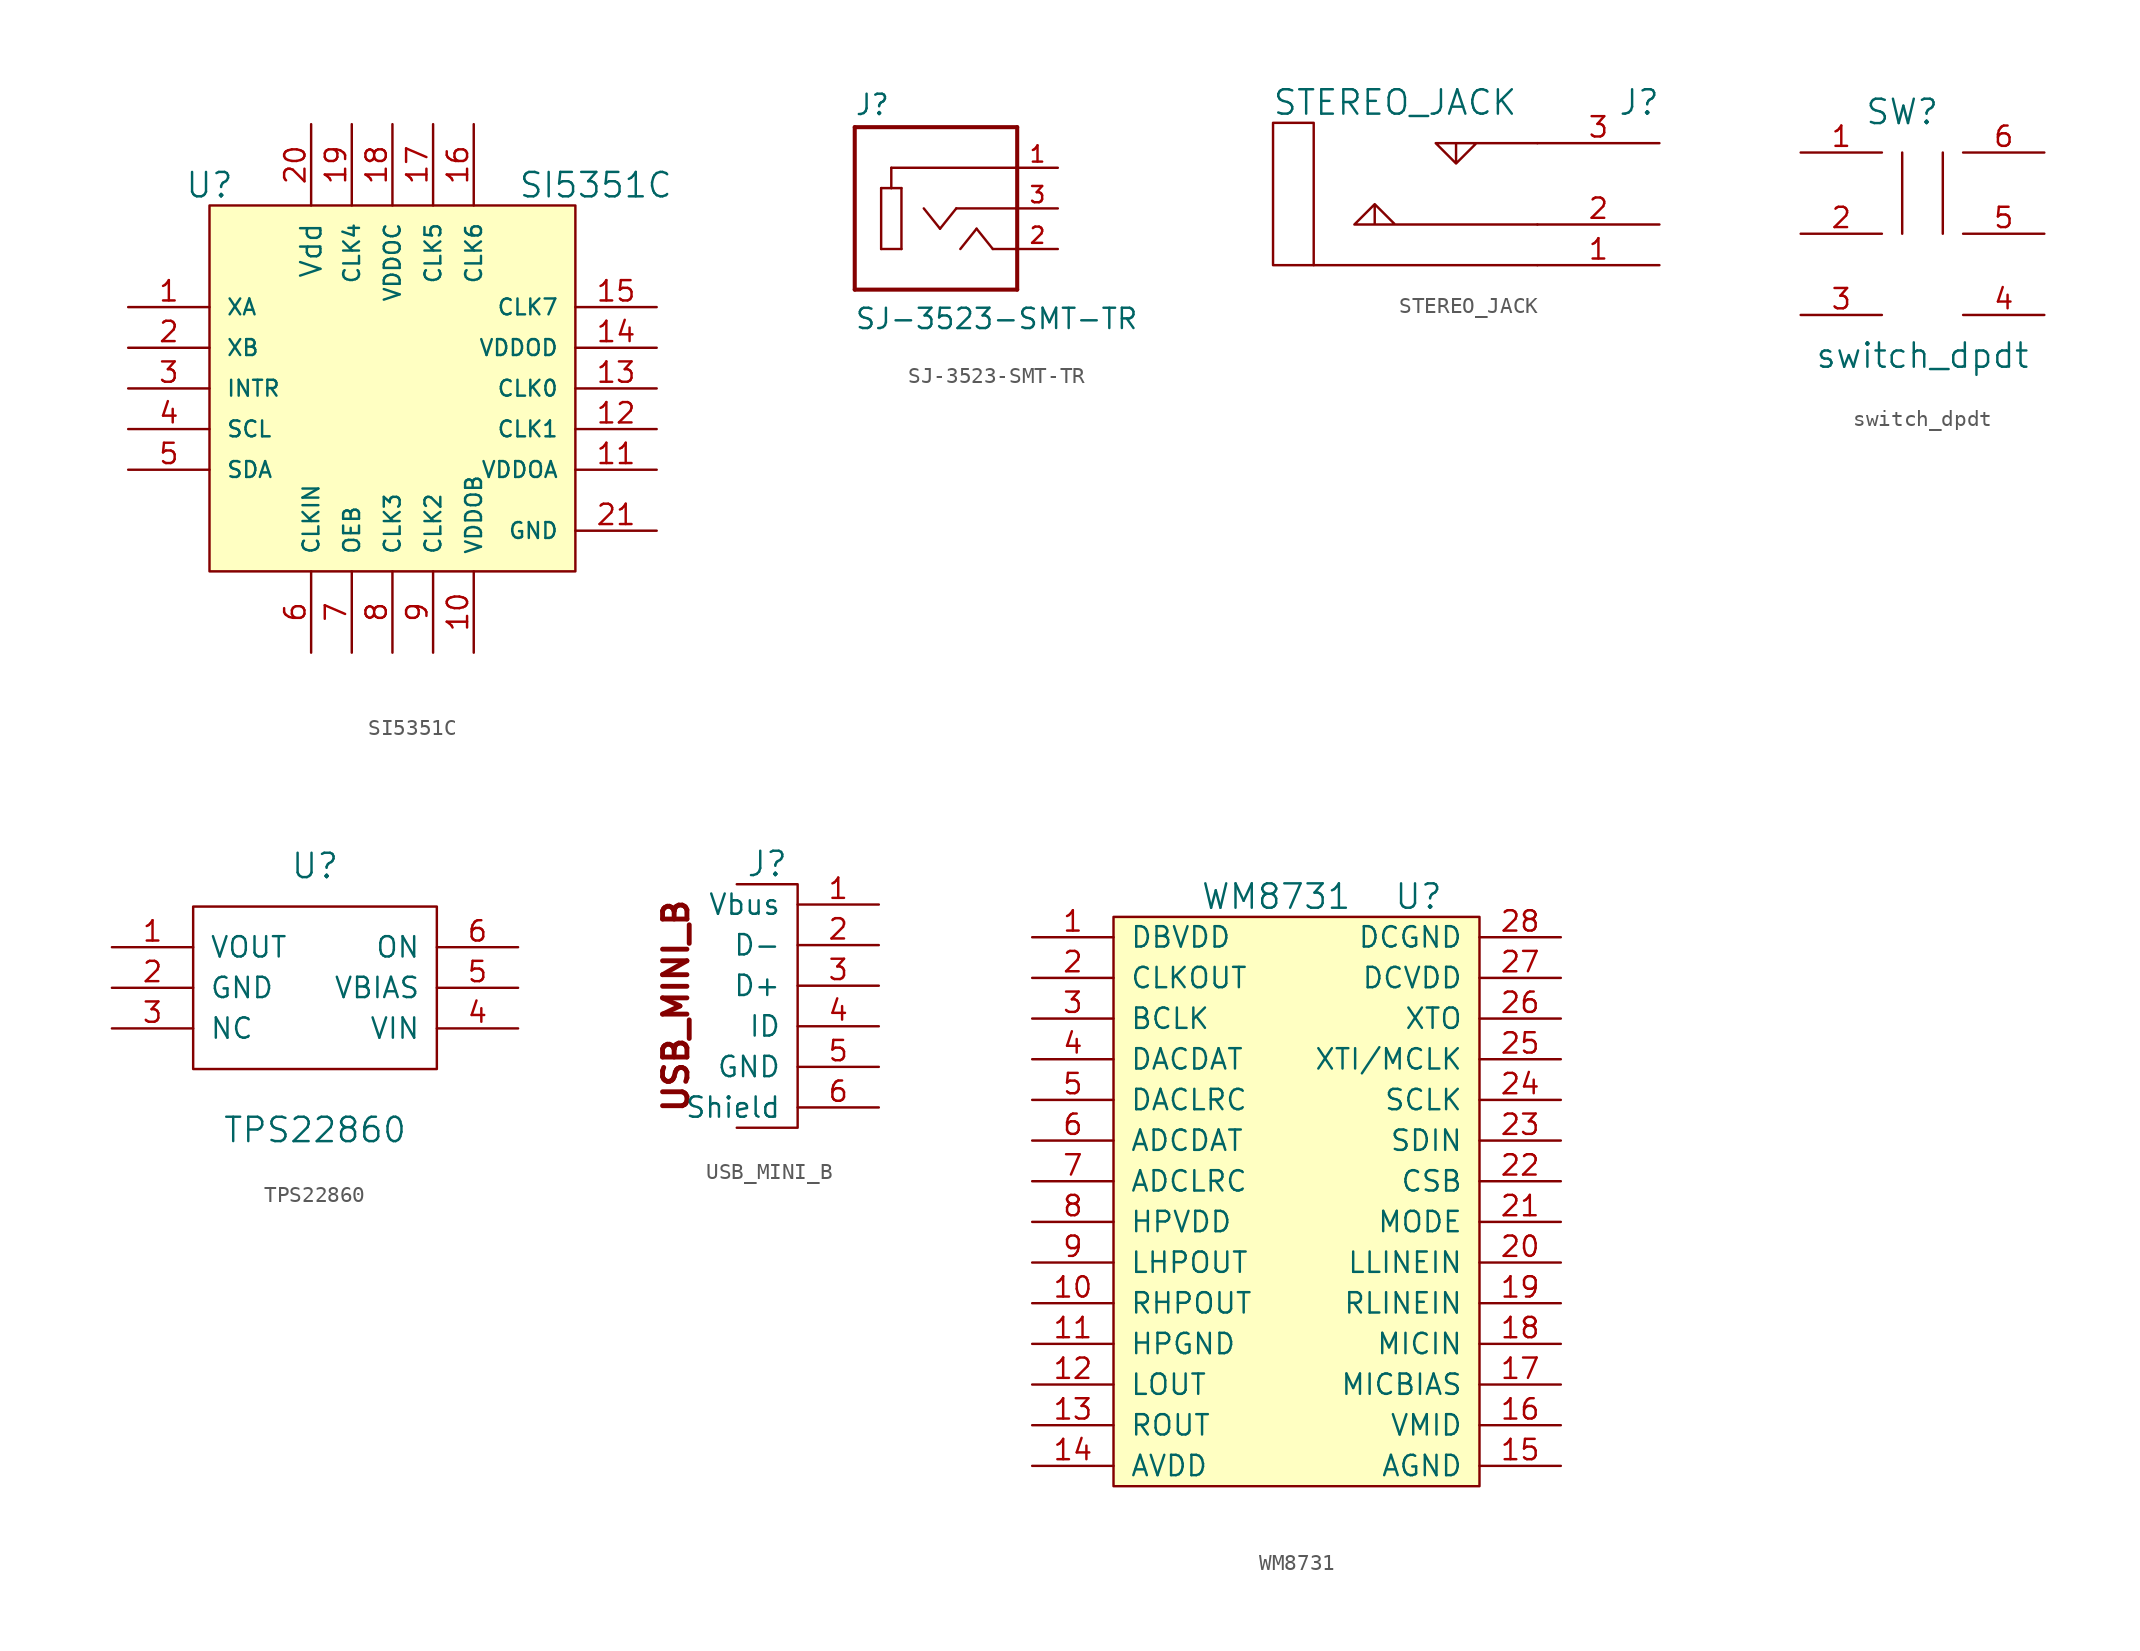
<source format=kicad_sym>
(kicad_symbol_lib
  (version 20211014)
  (generator kicad_symbol_editor)
  (symbol "SI5351C"
    (pin_names
      (offset 1.016))
    (property "Reference" "U"
      (at -11.43 12.7 0)
      (effects (font (size 1.524 1.524))))
    (property "Value" "SI5351C"
      (at 12.7 12.7 0)
      (effects (font (size 1.524 1.524))))
    (property "Footprint" ""
      (at 19.05 0 0)
      (effects (font (size 1.524 1.524))))
    (property "Datasheet" ""
      (at 19.05 0 0)
      (effects (font (size 1.524 1.524))))
    (symbol "SI5351C_0_1"
      (rectangle (start -11.43 11.43) (end 11.43 -11.43) (stroke (width 0) (type default) (color 0 0 0 0)) (fill (type background))))
    (symbol "SI5351C_1_1"
      (pin input line (at -16.51 5.08 0) (length 5.08) (name "XA" (effects (font (size 0.991 0.991)))) (number "1" (effects (font (size 1.27 1.27)))))
      (pin power_in line (at 5.08 -16.51 90) (length 5.08) (name "VDDOB" (effects (font (size 0.991 0.991)))) (number "10" (effects (font (size 1.27 1.27)))))
      (pin power_in line (at 16.51 -5.08 180) (length 5.08) (name "VDDOA" (effects (font (size 0.991 0.991)))) (number "11" (effects (font (size 1.27 1.27)))))
      (pin output line (at 16.51 -2.54 180) (length 5.08) (name "CLK1" (effects (font (size 0.991 0.991)))) (number "12" (effects (font (size 1.27 1.27)))))
      (pin output line (at 16.51 0 180) (length 5.08) (name "CLK0" (effects (font (size 0.991 0.991)))) (number "13" (effects (font (size 1.27 1.27)))))
      (pin power_in line (at 16.51 2.54 180) (length 5.08) (name "VDDOD" (effects (font (size 0.991 0.991)))) (number "14" (effects (font (size 1.27 1.27)))))
      (pin output line (at 16.51 5.08 180) (length 5.08) (name "CLK7" (effects (font (size 0.991 0.991)))) (number "15" (effects (font (size 1.27 1.27)))))
      (pin output line (at 5.08 16.51 270) (length 5.08) (name "CLK6" (effects (font (size 0.991 0.991)))) (number "16" (effects (font (size 1.27 1.27)))))
      (pin output line (at 2.54 16.51 270) (length 5.08) (name "CLK5" (effects (font (size 0.991 0.991)))) (number "17" (effects (font (size 1.27 1.27)))))
      (pin power_in line (at 0 16.51 270) (length 5.08) (name "VDDOC" (effects (font (size 0.991 0.991)))) (number "18" (effects (font (size 1.27 1.27)))))
      (pin output line (at -2.54 16.51 270) (length 5.08) (name "CLK4" (effects (font (size 0.991 0.991)))) (number "19" (effects (font (size 1.27 1.27)))))
      (pin input line (at -16.51 2.54 0) (length 5.08) (name "XB" (effects (font (size 0.991 0.991)))) (number "2" (effects (font (size 1.27 1.27)))))
      (pin power_in line (at -5.08 16.51 270) (length 5.08) (name "Vdd" (effects (font (size 1.27 1.27)))) (number "20" (effects (font (size 1.27 1.27)))))
      (pin power_in line (at 16.51 -8.89 180) (length 5.08) (name "GND" (effects (font (size 0.991 0.991)))) (number "21" (effects (font (size 1.27 1.27)))))
      (pin output line (at -16.51 0 0) (length 5.08) (name "INTR" (effects (font (size 0.991 0.991)))) (number "3" (effects (font (size 1.27 1.27)))))
      (pin bidirectional line (at -16.51 -2.54 0) (length 5.08) (name "SCL" (effects (font (size 0.991 0.991)))) (number "4" (effects (font (size 1.27 1.27)))))
      (pin bidirectional line (at -16.51 -5.08 0) (length 5.08) (name "SDA" (effects (font (size 0.991 0.991)))) (number "5" (effects (font (size 1.27 1.27)))))
      (pin input line (at -5.08 -16.51 90) (length 5.08) (name "CLKIN" (effects (font (size 0.991 0.991)))) (number "6" (effects (font (size 1.27 1.27)))))
      (pin input line (at -2.54 -16.51 90) (length 5.08) (name "OEB" (effects (font (size 0.991 0.991)))) (number "7" (effects (font (size 1.27 1.27)))))
      (pin output line (at 0 -16.51 90) (length 5.08) (name "CLK3" (effects (font (size 0.991 0.991)))) (number "8" (effects (font (size 1.27 1.27)))))
      (pin output line (at 2.54 -16.51 90) (length 5.08) (name "CLK2" (effects (font (size 0.991 0.991)))) (number "9" (effects (font (size 1.27 1.27)))))))
  (symbol "SJ-3523-SMT-TR"
    (pin_names
      (offset 1.016) hide)
    (property "Reference" "J"
      (at -5.105 5.74 0)
      (effects (font (size 1.27 1.27)) (justify left bottom)))
    (property "Value" "SJ-3523-SMT-TR"
      (at -5.105 -7.645 0)
      (effects (font (size 1.27 1.27)) (justify left bottom)))
    (property "ki_locked" ""
      (at 0 0 0)
      (effects (font (size 1.27 1.27))))
    (symbol "SJ-3523-SMT-TR_0_0"
      (polyline (pts (xy -5.08 -5.08) (xy 5.08 -5.08)) (stroke (width 0.254) (type default) (color 0 0 0 0)) (fill (type none)))
      (polyline (pts (xy -5.08 5.08) (xy -5.08 -5.08)) (stroke (width 0.254) (type default) (color 0 0 0 0)) (fill (type none)))
      (polyline (pts (xy -3.429 -2.54) (xy -2.159 -2.54)) (stroke (width 0.152) (type default) (color 0 0 0 0)) (fill (type none)))
      (polyline (pts (xy -3.429 1.27) (xy -3.429 -2.54)) (stroke (width 0.152) (type default) (color 0 0 0 0)) (fill (type none)))
      (polyline (pts (xy -2.794 1.27) (xy -3.429 1.27)) (stroke (width 0.152) (type default) (color 0 0 0 0)) (fill (type none)))
      (polyline (pts (xy -2.794 1.27) (xy -2.794 2.54)) (stroke (width 0.152) (type default) (color 0 0 0 0)) (fill (type none)))
      (polyline (pts (xy -2.794 2.54) (xy 5.08 2.54)) (stroke (width 0.152) (type default) (color 0 0 0 0)) (fill (type none)))
      (polyline (pts (xy -2.159 -2.54) (xy -2.159 1.27)) (stroke (width 0.152) (type default) (color 0 0 0 0)) (fill (type none)))
      (polyline (pts (xy -2.159 1.27) (xy -2.794 1.27)) (stroke (width 0.152) (type default) (color 0 0 0 0)) (fill (type none)))
      (polyline (pts (xy 0.254 -1.27) (xy -0.762 0)) (stroke (width 0.152) (type default) (color 0 0 0 0)) (fill (type none)))
      (polyline (pts (xy 1.27 0) (xy 0.254 -1.27)) (stroke (width 0.152) (type default) (color 0 0 0 0)) (fill (type none)))
      (polyline (pts (xy 1.524 -2.54) (xy 2.54 -1.27)) (stroke (width 0.152) (type default) (color 0 0 0 0)) (fill (type none)))
      (polyline (pts (xy 2.54 -1.27) (xy 3.556 -2.54)) (stroke (width 0.152) (type default) (color 0 0 0 0)) (fill (type none)))
      (polyline (pts (xy 5.08 -5.08) (xy 5.08 -2.54)) (stroke (width 0.254) (type default) (color 0 0 0 0)) (fill (type none)))
      (polyline (pts (xy 5.08 -2.54) (xy 3.556 -2.54)) (stroke (width 0.152) (type default) (color 0 0 0 0)) (fill (type none)))
      (polyline (pts (xy 5.08 -2.54) (xy 5.08 0)) (stroke (width 0.254) (type default) (color 0 0 0 0)) (fill (type none)))
      (polyline (pts (xy 5.08 0) (xy 1.27 0)) (stroke (width 0.152) (type default) (color 0 0 0 0)) (fill (type none)))
      (polyline (pts (xy 5.08 0) (xy 5.08 2.54)) (stroke (width 0.254) (type default) (color 0 0 0 0)) (fill (type none)))
      (polyline (pts (xy 5.08 2.54) (xy 5.08 5.08)) (stroke (width 0.254) (type default) (color 0 0 0 0)) (fill (type none)))
      (polyline (pts (xy 5.08 5.08) (xy -5.08 5.08)) (stroke (width 0.254) (type default) (color 0 0 0 0)) (fill (type none)))
      (pin passive line (at 7.62 2.54 180) (length 2.54) (name "~" (effects (font (size 1.016 1.016)))) (number "1" (effects (font (size 1.016 1.016)))))
      (pin passive line (at 7.62 -2.54 180) (length 2.54) (name "~" (effects (font (size 1.016 1.016)))) (number "2" (effects (font (size 1.016 1.016)))))
      (pin passive line (at 7.62 0 180) (length 2.54) (name "~" (effects (font (size 1.016 1.016)))) (number "3" (effects (font (size 1.016 1.016)))))))
  (symbol "STEREO_JACK"
    (pin_names
      (offset 1.016))
    (property "Reference" "J"
      (at 6.35 5.08 0)
      (effects (font (size 1.524 1.524))))
    (property "Value" "STEREO_JACK"
      (at -8.89 5.08 0)
      (effects (font (size 1.524 1.524))))
    (symbol "STEREO_JACK_0_1"
      (rectangle (start -16.51 3.81) (end -13.97 -5.08) (stroke (width 0) (type default) (color 0 0 0 0)) (fill (type none)))
      (polyline (pts (xy 0 -5.08) (xy -13.97 -5.08) (xy -13.97 -5.08)) (stroke (width 0) (type default) (color 0 0 0 0)) (fill (type none)))
      (polyline (pts (xy 0 -2.54) (xy -10.16 -2.54) (xy -10.16 -1.27) (xy -10.16 -1.27) (xy -8.89 -2.54) (xy -11.43 -2.54) (xy -10.16 -1.27) (xy -10.16 -1.27)) (stroke (width 0) (type default) (color 0 0 0 0)) (fill (type none)))
      (polyline (pts (xy 0 2.54) (xy -5.08 2.54) (xy -5.08 1.27) (xy -6.35 2.54) (xy -5.08 2.54) (xy -3.81 2.54) (xy -5.08 1.27) (xy -5.08 1.27)) (stroke (width 0) (type default) (color 0 0 0 0)) (fill (type none))))
    (symbol "STEREO_JACK_1_1"
      (pin passive line (at 7.62 -5.08 180) (length 7.62) (name "~" (effects (font (size 1.27 1.27)))) (number "1" (effects (font (size 1.27 1.27)))))
      (pin passive line (at 7.62 -2.54 180) (length 7.62) (name "~" (effects (font (size 1.27 1.27)))) (number "2" (effects (font (size 1.27 1.27)))))
      (pin passive line (at 7.62 2.54 180) (length 7.62) (name "~" (effects (font (size 1.27 1.27)))) (number "3" (effects (font (size 1.27 1.27)))))))
  (symbol "switch_dpdt"
    (pin_names
      (offset 1.016))
    (property "Reference" "SW"
      (at -1.27 7.62 0)
      (effects (font (size 1.524 1.524))))
    (property "Value" "switch_dpdt"
      (at 0 -7.62 0)
      (effects (font (size 1.524 1.524))))
    (symbol "switch_dpdt_0_1"
      (polyline (pts (xy -1.27 5.08) (xy -1.27 0)) (stroke (width 0) (type default) (color 0 0 0 0)) (fill (type none)))
      (polyline (pts (xy 1.27 5.08) (xy 1.27 0)) (stroke (width 0) (type default) (color 0 0 0 0)) (fill (type none))))
    (symbol "switch_dpdt_1_1"
      (pin input line (at -7.62 5.08 0) (length 5.08) (name "~" (effects (font (size 1.27 1.27)))) (number "1" (effects (font (size 1.27 1.27)))))
      (pin input line (at -7.62 0 0) (length 5.08) (name "~" (effects (font (size 1.27 1.27)))) (number "2" (effects (font (size 1.27 1.27)))))
      (pin input line (at -7.62 -5.08 0) (length 5.08) (name "~" (effects (font (size 1.27 1.27)))) (number "3" (effects (font (size 1.27 1.27)))))
      (pin input line (at 7.62 -5.08 180) (length 5.08) (name "~" (effects (font (size 1.27 1.27)))) (number "4" (effects (font (size 1.27 1.27)))))
      (pin input line (at 7.62 0 180) (length 5.08) (name "~" (effects (font (size 1.27 1.27)))) (number "5" (effects (font (size 1.27 1.27)))))
      (pin input line (at 7.62 5.08 180) (length 5.08) (name "~" (effects (font (size 1.27 1.27)))) (number "6" (effects (font (size 1.27 1.27)))))))
  (symbol "TPS22860"
    (pin_names
      (offset 1.016))
    (property "Reference" "U"
      (at 0 7.62 0)
      (effects (font (size 1.524 1.524))))
    (property "Value" "TPS22860"
      (at 0 -8.89 0)
      (effects (font (size 1.524 1.524))))
    (symbol "TPS22860_0_1"
      (rectangle (start -7.62 5.08) (end 7.62 -5.08) (stroke (width 0) (type default) (color 0 0 0 0)) (fill (type none))))
    (symbol "TPS22860_1_1"
      (pin input line (at -12.7 2.54 0) (length 5.08) (name "VOUT" (effects (font (size 1.27 1.27)))) (number "1" (effects (font (size 1.27 1.27)))))
      (pin input line (at -12.7 0 0) (length 5.08) (name "GND" (effects (font (size 1.27 1.27)))) (number "2" (effects (font (size 1.27 1.27)))))
      (pin input line (at -12.7 -2.54 0) (length 5.08) (name "NC" (effects (font (size 1.27 1.27)))) (number "3" (effects (font (size 1.27 1.27)))))
      (pin input line (at 12.7 -2.54 180) (length 5.08) (name "VIN" (effects (font (size 1.27 1.27)))) (number "4" (effects (font (size 1.27 1.27)))))
      (pin input line (at 12.7 0 180) (length 5.08) (name "VBIAS" (effects (font (size 1.27 1.27)))) (number "5" (effects (font (size 1.27 1.27)))))
      (pin input line (at 12.7 2.54 180) (length 5.08) (name "ON" (effects (font (size 1.27 1.27)))) (number "6" (effects (font (size 1.27 1.27)))))))
  (symbol "USB_MINI_B"
    (pin_names
      (offset 1.016))
    (property "Reference" "J"
      (at -1.905 6.35 0)
      (effects (font (size 1.524 1.524))))
    (property "Footprint" ""
      (at 0 0 0)
      (effects (font (size 1.524 1.524))))
    (property "Datasheet" ""
      (at 0 0 0)
      (effects (font (size 1.524 1.524))))
    (symbol "USB_MINI_B_0_0"
      (polyline (pts (xy -3.81 5.08) (xy 0 5.08) (xy 0 -5.08) (xy 0 -10.16) (xy -3.81 -10.16)) (stroke (width 0) (type default) (color 0 0 0 0)) (fill (type none)))
      (text "USB_MINI_B" (at -7.62 -2.54 900) (effects (font (size 1.524 1.524) bold))))
    (symbol "USB_MINI_B_1_1"
      (pin input line (at 5.08 3.81 180) (length 5.08) (name "Vbus" (effects (font (size 1.27 1.27)))) (number "1" (effects (font (size 1.27 1.27)))))
      (pin input line (at 5.08 1.27 180) (length 5.08) (name "D-" (effects (font (size 1.27 1.27)))) (number "2" (effects (font (size 1.27 1.27)))))
      (pin input line (at 5.08 -1.27 180) (length 5.08) (name "D+" (effects (font (size 1.27 1.27)))) (number "3" (effects (font (size 1.27 1.27)))))
      (pin input line (at 5.08 -3.81 180) (length 5.08) (name "ID" (effects (font (size 1.27 1.27)))) (number "4" (effects (font (size 1.27 1.27)))))
      (pin input line (at 5.08 -6.35 180) (length 5.08) (name "GND" (effects (font (size 1.27 1.27)))) (number "5" (effects (font (size 1.27 1.27)))))
      (pin input line (at 5.08 -8.89 180) (length 5.08) (name "Shield" (effects (font (size 1.27 1.27)))) (number "6" (effects (font (size 1.27 1.27)))))))
  (symbol "WM8731"
    (pin_names
      (offset 1.016))
    (property "Reference" "U"
      (at 7.62 19.05 0)
      (effects (font (size 1.524 1.524))))
    (property "Value" "WM8731"
      (at -1.27 19.05 0)
      (effects (font (size 1.524 1.524))))
    (property "Footprint" ""
      (at 0 0 0)
      (effects (font (size 1.524 1.524))))
    (property "Datasheet" ""
      (at 0 0 0)
      (effects (font (size 1.524 1.524))))
    (symbol "WM8731_0_1"
      (rectangle (start -11.43 17.78) (end 11.43 -17.78) (stroke (width 0) (type default) (color 0 0 0 0)) (fill (type background))))
    (symbol "WM8731_1_1"
      (pin input line (at -16.51 16.51 0) (length 5.08) (name "DBVDD" (effects (font (size 1.27 1.27)))) (number "1" (effects (font (size 1.27 1.27)))))
      (pin input line (at -16.51 -6.35 0) (length 5.08) (name "RHPOUT" (effects (font (size 1.27 1.27)))) (number "10" (effects (font (size 1.27 1.27)))))
      (pin input line (at -16.51 -8.89 0) (length 5.08) (name "HPGND" (effects (font (size 1.27 1.27)))) (number "11" (effects (font (size 1.27 1.27)))))
      (pin input line (at -16.51 -11.43 0) (length 5.08) (name "LOUT" (effects (font (size 1.27 1.27)))) (number "12" (effects (font (size 1.27 1.27)))))
      (pin input line (at -16.51 -13.97 0) (length 5.08) (name "ROUT" (effects (font (size 1.27 1.27)))) (number "13" (effects (font (size 1.27 1.27)))))
      (pin input line (at -16.51 -16.51 0) (length 5.08) (name "AVDD" (effects (font (size 1.27 1.27)))) (number "14" (effects (font (size 1.27 1.27)))))
      (pin input line (at 16.51 -16.51 180) (length 5.08) (name "AGND" (effects (font (size 1.27 1.27)))) (number "15" (effects (font (size 1.27 1.27)))))
      (pin input line (at 16.51 -13.97 180) (length 5.08) (name "VMID" (effects (font (size 1.27 1.27)))) (number "16" (effects (font (size 1.27 1.27)))))
      (pin input line (at 16.51 -11.43 180) (length 5.08) (name "MICBIAS" (effects (font (size 1.27 1.27)))) (number "17" (effects (font (size 1.27 1.27)))))
      (pin input line (at 16.51 -8.89 180) (length 5.08) (name "MICIN" (effects (font (size 1.27 1.27)))) (number "18" (effects (font (size 1.27 1.27)))))
      (pin input line (at 16.51 -6.35 180) (length 5.08) (name "RLINEIN" (effects (font (size 1.27 1.27)))) (number "19" (effects (font (size 1.27 1.27)))))
      (pin input line (at -16.51 13.97 0) (length 5.08) (name "CLKOUT" (effects (font (size 1.27 1.27)))) (number "2" (effects (font (size 1.27 1.27)))))
      (pin input line (at 16.51 -3.81 180) (length 5.08) (name "LLINEIN" (effects (font (size 1.27 1.27)))) (number "20" (effects (font (size 1.27 1.27)))))
      (pin input line (at 16.51 -1.27 180) (length 5.08) (name "MODE" (effects (font (size 1.27 1.27)))) (number "21" (effects (font (size 1.27 1.27)))))
      (pin input line (at 16.51 1.27 180) (length 5.08) (name "CSB" (effects (font (size 1.27 1.27)))) (number "22" (effects (font (size 1.27 1.27)))))
      (pin input line (at 16.51 3.81 180) (length 5.08) (name "SDIN" (effects (font (size 1.27 1.27)))) (number "23" (effects (font (size 1.27 1.27)))))
      (pin input line (at 16.51 6.35 180) (length 5.08) (name "SCLK" (effects (font (size 1.27 1.27)))) (number "24" (effects (font (size 1.27 1.27)))))
      (pin input line (at 16.51 8.89 180) (length 5.08) (name "XTI/MCLK" (effects (font (size 1.27 1.27)))) (number "25" (effects (font (size 1.27 1.27)))))
      (pin input line (at 16.51 11.43 180) (length 5.08) (name "XTO" (effects (font (size 1.27 1.27)))) (number "26" (effects (font (size 1.27 1.27)))))
      (pin input line (at 16.51 13.97 180) (length 5.08) (name "DCVDD" (effects (font (size 1.27 1.27)))) (number "27" (effects (font (size 1.27 1.27)))))
      (pin input line (at 16.51 16.51 180) (length 5.08) (name "DCGND" (effects (font (size 1.27 1.27)))) (number "28" (effects (font (size 1.27 1.27)))))
      (pin input line (at -16.51 11.43 0) (length 5.08) (name "BCLK" (effects (font (size 1.27 1.27)))) (number "3" (effects (font (size 1.27 1.27)))))
      (pin input line (at -16.51 8.89 0) (length 5.08) (name "DACDAT" (effects (font (size 1.27 1.27)))) (number "4" (effects (font (size 1.27 1.27)))))
      (pin input line (at -16.51 6.35 0) (length 5.08) (name "DACLRC" (effects (font (size 1.27 1.27)))) (number "5" (effects (font (size 1.27 1.27)))))
      (pin input line (at -16.51 3.81 0) (length 5.08) (name "ADCDAT" (effects (font (size 1.27 1.27)))) (number "6" (effects (font (size 1.27 1.27)))))
      (pin input line (at -16.51 1.27 0) (length 5.08) (name "ADCLRC" (effects (font (size 1.27 1.27)))) (number "7" (effects (font (size 1.27 1.27)))))
      (pin input line (at -16.51 -1.27 0) (length 5.08) (name "HPVDD" (effects (font (size 1.27 1.27)))) (number "8" (effects (font (size 1.27 1.27)))))
      (pin input line (at -16.51 -3.81 0) (length 5.08) (name "LHPOUT" (effects (font (size 1.27 1.27)))) (number "9" (effects (font (size 1.27 1.27))))))))
</source>
